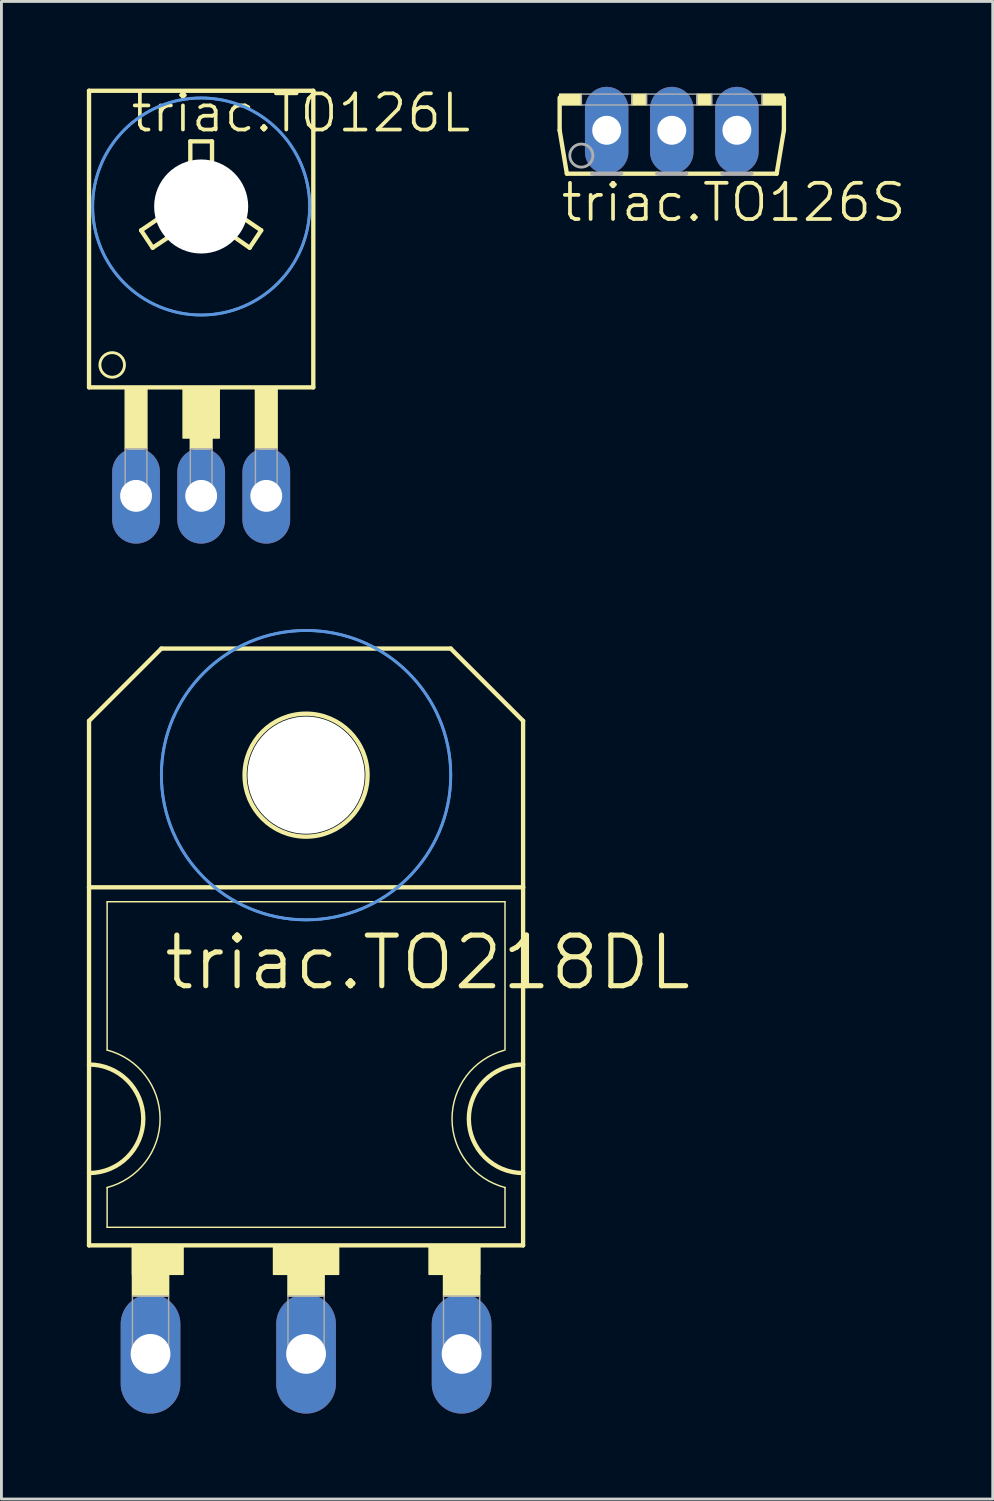
<source format=kicad_pcb>
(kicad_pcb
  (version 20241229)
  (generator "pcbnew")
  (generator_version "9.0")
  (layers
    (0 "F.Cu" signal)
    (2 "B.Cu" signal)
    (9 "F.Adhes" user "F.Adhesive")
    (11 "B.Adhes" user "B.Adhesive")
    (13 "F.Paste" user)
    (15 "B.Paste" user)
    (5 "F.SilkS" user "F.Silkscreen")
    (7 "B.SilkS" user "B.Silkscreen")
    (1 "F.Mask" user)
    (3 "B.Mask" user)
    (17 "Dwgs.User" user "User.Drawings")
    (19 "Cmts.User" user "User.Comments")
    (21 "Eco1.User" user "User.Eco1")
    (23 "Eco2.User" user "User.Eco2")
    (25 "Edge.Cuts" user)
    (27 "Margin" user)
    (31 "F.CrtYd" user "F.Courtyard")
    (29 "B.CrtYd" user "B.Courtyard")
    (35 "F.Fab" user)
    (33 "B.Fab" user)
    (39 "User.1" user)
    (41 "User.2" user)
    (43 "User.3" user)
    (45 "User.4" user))
  (footprint "triac.TO126S"
    (layer "F.Cu")
    (at 20.536 0.254)
    (property "Reference" "triac.TO126S" (at -3.962 4.547 0) (layer "F.SilkS") (effects (font (size 1.27 1.27) (thickness 0.13)) (justify left bottom)))
    (attr through_hole)
    (fp_line (start -3.937 0.127) (end -3.937 1.27) (stroke (width 0.152) (type default)) (layer "F.SilkS"))
    (fp_line (start -3.937 1.27) (end -3.683 2.794) (stroke (width 0.152) (type default)) (layer "F.SilkS"))
    (fp_line (start -3.683 2.794) (end -2.794 2.794) (stroke (width 0.152) (type default)) (layer "F.SilkS"))
    (fp_line (start -1.778 2.794) (end -0.508 2.794) (stroke (width 0.152) (type default)) (layer "F.SilkS"))
    (fp_line (start 0.508 2.794) (end 1.778 2.794) (stroke (width 0.152) (type default)) (layer "F.SilkS"))
    (fp_line (start 2.794 2.794) (end 3.683 2.794) (stroke (width 0.152) (type default)) (layer "F.SilkS"))
    (fp_line (start 3.683 2.794) (end 3.937 1.27) (stroke (width 0.152) (type default)) (layer "F.SilkS"))
    (fp_line (start 3.937 1.27) (end 3.937 0.127) (stroke (width 0.152) (type default)) (layer "F.SilkS"))
    (fp_rect (start -3.937 0.381) (end -3.175 0) (stroke (width 0.05) (type default)) (fill yes) (layer "F.SilkS"))
    (fp_rect (start -1.397 0.381) (end -0.889 0) (stroke (width 0.05) (type default)) (fill yes) (layer "F.SilkS"))
    (fp_rect (start 0.889 0.381) (end 1.397 0) (stroke (width 0.05) (type default)) (fill yes) (layer "F.SilkS"))
    (fp_rect (start 3.175 0.381) (end 3.937 0) (stroke (width 0.05) (type default)) (fill yes) (layer "F.SilkS"))
    (fp_line (start -2.794 2.794) (end -1.778 2.794) (stroke (width 0.152) (type default)) (layer "F.Fab"))
    (fp_line (start -0.508 2.794) (end 0.508 2.794) (stroke (width 0.152) (type default)) (layer "F.Fab"))
    (fp_line (start 1.778 2.794) (end 2.794 2.794) (stroke (width 0.152) (type default)) (layer "F.Fab"))
    (fp_rect (start -3.175 0.381) (end -1.397 0) (stroke (width 0.05) (type default)) (fill no) (layer "F.Fab"))
    (fp_rect (start -0.889 0.381) (end 0.889 0) (stroke (width 0.05) (type default)) (fill no) (layer "F.Fab"))
    (fp_rect (start 1.397 0.381) (end 3.175 0) (stroke (width 0.05) (type default)) (fill no) (layer "F.Fab"))
    (fp_circle (center -3.175 2.159) (end -2.769 2.159) (stroke (width 0.1) (type default)) (fill no) (layer "F.Fab"))
    (pad "A" thru_hole oval (at 0 1.27 90) (size 3.048 1.524) (drill 1.016) (layers "*.Cu" "*.Mask"))
    (pad "C" thru_hole oval (at -2.286 1.27 90) (size 3.048 1.524) (drill 1.016) (layers "*.Cu" "*.Mask"))
    (pad "G" thru_hole oval (at 2.286 1.27 90) (size 3.048 1.524) (drill 1.016) (layers "*.Cu" "*.Mask")))
  (footprint "triac.TO218DL"
    (layer "F.Cu")
    (at 7.696 34.326)
    (property "Reference" "triac.TO218DL" (at -5.08 -2.54 0) (layer "F.SilkS") (effects (font (size 1.778 1.778) (thickness 0.18)) (justify left bottom)))
    (attr through_hole)
    (fp_line (start -7.62 -12.065) (end -7.62 -6.223) (stroke (width 0.152) (type default)) (layer "F.SilkS"))
    (fp_line (start -7.62 -12.065) (end -5.08 -14.605) (stroke (width 0.152) (type default)) (layer "F.SilkS"))
    (fp_line (start -7.62 6.35) (end -7.62 -6.223) (stroke (width 0.152) (type default)) (layer "F.SilkS"))
    (fp_line (start -7.62 6.35) (end 7.62 6.35) (stroke (width 0.152) (type default)) (layer "F.SilkS"))
    (fp_line (start -6.985 -0.508) (end -6.985 -5.715) (stroke (width 0.051) (type default)) (layer "F.SilkS"))
    (fp_line (start -6.985 5.715) (end -6.985 4.318) (stroke (width 0.051) (type default)) (layer "F.SilkS"))
    (fp_line (start -6.985 5.715) (end 6.985 5.715) (stroke (width 0.051) (type default)) (layer "F.SilkS"))
    (fp_line (start 5.08 -14.605) (end -5.08 -14.605) (stroke (width 0.152) (type default)) (layer "F.SilkS"))
    (fp_line (start 6.985 -5.715) (end -6.985 -5.715) (stroke (width 0.051) (type default)) (layer "F.SilkS"))
    (fp_line (start 6.985 -0.508) (end 6.985 -5.715) (stroke (width 0.051) (type default)) (layer "F.SilkS"))
    (fp_line (start 6.985 5.715) (end 6.985 4.318) (stroke (width 0.051) (type default)) (layer "F.SilkS"))
    (fp_line (start 7.62 -12.065) (end 5.08 -14.605) (stroke (width 0.152) (type default)) (layer "F.SilkS"))
    (fp_line (start 7.62 -12.065) (end 7.62 -6.223) (stroke (width 0.152) (type default)) (layer "F.SilkS"))
    (fp_line (start 7.62 -6.223) (end -7.62 -6.223) (stroke (width 0.152) (type default)) (layer "F.SilkS"))
    (fp_line (start 7.62 -6.223) (end 7.62 6.35) (stroke (width 0.152) (type default)) (layer "F.SilkS"))
    (fp_rect (start -6.096 7.366) (end -4.318 6.35) (stroke (width 0.05) (type default)) (fill yes) (layer "F.SilkS"))
    (fp_rect (start -6.096 8.128) (end -4.826 6.35) (stroke (width 0.05) (type default)) (fill yes) (layer "F.SilkS"))
    (fp_rect (start -1.143 7.366) (end 1.143 6.35) (stroke (width 0.05) (type default)) (fill yes) (layer "F.SilkS"))
    (fp_rect (start -0.635 8.128) (end 0.635 6.35) (stroke (width 0.05) (type default)) (fill yes) (layer "F.SilkS"))
    (fp_rect (start 4.318 7.366) (end 6.096 6.35) (stroke (width 0.05) (type default)) (fill yes) (layer "F.SilkS"))
    (fp_rect (start 4.826 8.128) (end 6.096 6.35) (stroke (width 0.05) (type default)) (fill yes) (layer "F.SilkS"))
    (fp_arc (start -7.62 0) (mid -5.715 1.905) (end -7.62 3.81) (stroke (width 0.1524) (type default)) (layer "F.SilkS"))
    (fp_arc (start -6.985 -0.508) (mid -5.124846 1.905) (end -6.985 4.318) (stroke (width 0.0508) (type default)) (layer "F.SilkS"))
    (fp_arc (start 6.9851 4.3178) (mid 5.125027 1.921942) (end 6.9522 -0.4991) (stroke (width 0.0508) (type default)) (layer "F.SilkS"))
    (fp_arc (start 7.62 3.81) (mid 5.715 1.905) (end 7.62 0) (stroke (width 0.1524) (type default)) (layer "F.SilkS"))
    (fp_circle (center 0 -10.16) (end 2.159 -10.16) (stroke (width 0.152) (type default)) (fill no) (layer "F.SilkS"))
    (fp_circle (center 0 -10.16) (end 5.08 -10.16) (stroke (width 0.1) (type default)) (fill no) (layer "Cmts.User"))
    (fp_circle (center 0 -10.16) (end 5.08 -10.16) (stroke (width 0.1) (type default)) (fill no) (layer "Cmts.User"))
    (fp_rect (start -6.096 10.287) (end -4.826 8.128) (stroke (width 0.05) (type default)) (fill no) (layer "F.Fab"))
    (fp_rect (start -0.635 10.287) (end 0.635 8.128) (stroke (width 0.05) (type default)) (fill no) (layer "F.Fab"))
    (fp_rect (start 4.826 10.287) (end 6.096 8.128) (stroke (width 0.05) (type default)) (fill no) (layer "F.Fab"))
    (pad "" np_thru_hole circle (at 0 -10.16) (size 4.115 4.115) (drill 4.115) (layers "*.Cu" "*.Mask"))
    (pad "A1" thru_hole oval (at -5.461 10.16 90) (size 4.191 2.095) (drill 1.397) (layers "*.Cu" "*.Mask"))
    (pad "A2" thru_hole oval (at 0 10.16 90) (size 4.191 2.095) (drill 1.397) (layers "*.Cu" "*.Mask"))
    (pad "G" thru_hole oval (at 5.461 10.16 90) (size 4.191 2.095) (drill 1.397) (layers "*.Cu" "*.Mask")))
  (footprint "triac.TO126L"
    (layer "F.Cu")
    (at 4.013 9.28)
    (property "Reference" "triac.TO126L" (at -2.54 -7.62 0) (layer "F.SilkS") (effects (font (size 1.27 1.27) (thickness 0.13)) (justify left bottom)))
    (attr through_hole)
    (fp_line (start -3.937 -9.144) (end 3.937 -9.144) (stroke (width 0.152) (type default)) (layer "F.SilkS"))
    (fp_line (start -3.937 1.27) (end -3.937 -9.144) (stroke (width 0.152) (type default)) (layer "F.SilkS"))
    (fp_line (start -3.937 1.27) (end 3.937 1.27) (stroke (width 0.152) (type default)) (layer "F.SilkS"))
    (fp_line (start -2.108 -4.242) (end -1.702 -3.632) (stroke (width 0.152) (type default)) (layer "F.SilkS"))
    (fp_line (start -1.702 -3.632) (end -1.092 -4.039) (stroke (width 0.152) (type default)) (layer "F.SilkS"))
    (fp_line (start -1.524 -5.207) (end -1.473 -5.461) (stroke (width 0.152) (type default)) (layer "F.SilkS"))
    (fp_line (start -1.524 -4.978) (end -1.524 -5.207) (stroke (width 0.152) (type default)) (layer "F.SilkS"))
    (fp_line (start -1.473 -5.461) (end -1.372 -5.74) (stroke (width 0.152) (type default)) (layer "F.SilkS"))
    (fp_line (start -1.473 -4.674) (end -2.108 -4.242) (stroke (width 0.152) (type default)) (layer "F.SilkS"))
    (fp_line (start -1.473 -4.674) (end -1.524 -4.978) (stroke (width 0.152) (type default)) (layer "F.SilkS"))
    (fp_line (start -1.372 -5.74) (end -1.194 -6.02) (stroke (width 0.152) (type default)) (layer "F.SilkS"))
    (fp_line (start -1.194 -6.02) (end -0.914 -6.299) (stroke (width 0.152) (type default)) (layer "F.SilkS"))
    (fp_line (start -0.914 -6.299) (end -0.584 -6.502) (stroke (width 0.152) (type default)) (layer "F.SilkS"))
    (fp_line (start -0.864 -3.835) (end -1.092 -4.039) (stroke (width 0.152) (type default)) (layer "F.SilkS"))
    (fp_line (start -0.66 -3.708) (end -0.864 -3.835) (stroke (width 0.152) (type default)) (layer "F.SilkS"))
    (fp_line (start -0.584 -6.502) (end -0.381 -6.553) (stroke (width 0.152) (type default)) (layer "F.SilkS"))
    (fp_line (start -0.406 -3.607) (end -0.66 -3.708) (stroke (width 0.152) (type default)) (layer "F.SilkS"))
    (fp_line (start -0.381 -7.366) (end -0.381 -6.553) (stroke (width 0.152) (type default)) (layer "F.SilkS"))
    (fp_line (start -0.051 -3.556) (end -0.406 -3.607) (stroke (width 0.152) (type default)) (layer "F.SilkS"))
    (fp_line (start 0.254 -3.581) (end -0.051 -3.556) (stroke (width 0.152) (type default)) (layer "F.SilkS"))
    (fp_line (start 0.381 -7.366) (end -0.381 -7.366) (stroke (width 0.152) (type default)) (layer "F.SilkS"))
    (fp_line (start 0.381 -6.553) (end 0.381 -7.366) (stroke (width 0.152) (type default)) (layer "F.SilkS"))
    (fp_line (start 0.381 -6.553) (end 0.508 -6.528) (stroke (width 0.152) (type default)) (layer "F.SilkS"))
    (fp_line (start 0.508 -6.528) (end 0.711 -6.426) (stroke (width 0.152) (type default)) (layer "F.SilkS"))
    (fp_line (start 0.559 -3.658) (end 0.254 -3.581) (stroke (width 0.152) (type default)) (layer "F.SilkS"))
    (fp_line (start 0.711 -6.426) (end 0.914 -6.299) (stroke (width 0.152) (type default)) (layer "F.SilkS"))
    (fp_line (start 0.762 -3.759) (end 0.559 -3.658) (stroke (width 0.152) (type default)) (layer "F.SilkS"))
    (fp_line (start 0.914 -6.299) (end 1.092 -6.147) (stroke (width 0.152) (type default)) (layer "F.SilkS"))
    (fp_line (start 0.914 -3.861) (end 0.762 -3.759) (stroke (width 0.152) (type default)) (layer "F.SilkS"))
    (fp_line (start 1.092 -6.147) (end 1.245 -5.944) (stroke (width 0.152) (type default)) (layer "F.SilkS"))
    (fp_line (start 1.118 -4.039) (end 0.914 -3.861) (stroke (width 0.152) (type default)) (layer "F.SilkS"))
    (fp_line (start 1.245 -5.944) (end 1.372 -5.715) (stroke (width 0.152) (type default)) (layer "F.SilkS"))
    (fp_line (start 1.372 -5.715) (end 1.448 -5.512) (stroke (width 0.152) (type default)) (layer "F.SilkS"))
    (fp_line (start 1.448 -5.512) (end 1.499 -5.232) (stroke (width 0.152) (type default)) (layer "F.SilkS"))
    (fp_line (start 1.473 -4.674) (end 2.108 -4.242) (stroke (width 0.152) (type default)) (layer "F.SilkS"))
    (fp_line (start 1.499 -5.232) (end 1.499 -5.004) (stroke (width 0.152) (type default)) (layer "F.SilkS"))
    (fp_line (start 1.499 -4.978) (end 1.473 -4.674) (stroke (width 0.152) (type default)) (layer "F.SilkS"))
    (fp_line (start 1.702 -3.632) (end 1.118 -4.039) (stroke (width 0.152) (type default)) (layer "F.SilkS"))
    (fp_line (start 2.108 -4.242) (end 1.702 -3.632) (stroke (width 0.152) (type default)) (layer "F.SilkS"))
    (fp_line (start 3.937 -9.144) (end 3.937 1.27) (stroke (width 0.152) (type default)) (layer "F.SilkS"))
    (fp_rect (start -2.667 3.429) (end -1.905 1.27) (stroke (width 0.05) (type default)) (fill yes) (layer "F.SilkS"))
    (fp_rect (start -0.635 3.048) (end 0.635 1.27) (stroke (width 0.05) (type default)) (fill yes) (layer "F.SilkS"))
    (fp_rect (start -0.381 3.429) (end 0.381 1.27) (stroke (width 0.05) (type default)) (fill yes) (layer "F.SilkS"))
    (fp_rect (start 1.905 3.429) (end 2.667 1.27) (stroke (width 0.05) (type default)) (fill yes) (layer "F.SilkS"))
    (fp_circle (center -3.124 0.483) (end -2.692 0.483) (stroke (width 0.1) (type default)) (fill no) (layer "F.SilkS"))
    (fp_circle (center 0 -5.08) (end 1.448 -5.08) (stroke (width 0.152) (type default)) (fill no) (layer "F.SilkS"))
    (fp_circle (center 0 -5.08) (end 3.81 -5.08) (stroke (width 0.1) (type default)) (fill no) (layer "Cmts.User"))
    (fp_circle (center 0 -5.08) (end 3.81 -5.08) (stroke (width 0.1) (type default)) (fill no) (layer "Cmts.User"))
    (fp_rect (start -2.667 5.207) (end -1.905 3.429) (stroke (width 0.05) (type default)) (fill no) (layer "F.Fab"))
    (fp_rect (start -0.381 5.207) (end 0.381 3.429) (stroke (width 0.05) (type default)) (fill no) (layer "F.Fab"))
    (fp_rect (start 1.905 5.207) (end 2.667 3.429) (stroke (width 0.05) (type default)) (fill no) (layer "F.Fab"))
    (pad "" np_thru_hole circle (at 0 -5.08) (size 3.302 3.302) (drill 3.302) (layers "*.Cu" "*.Mask"))
    (pad "A" thru_hole oval (at 0 5.08 90) (size 3.353 1.676) (drill 1.118) (layers "*.Cu" "*.Mask"))
    (pad "C" thru_hole oval (at -2.286 5.08 90) (size 3.353 1.676) (drill 1.118) (layers "*.Cu" "*.Mask"))
    (pad "G" thru_hole oval (at 2.286 5.08 90) (size 3.353 1.676) (drill 1.118) (layers "*.Cu" "*.Mask")))
  (gr_rect
    (start -3 -3)
    (end 31.805 49.582)
    (stroke (width 0.1) (type default))
    (fill no)
    (layer "Edge.Cuts")))
</source>
